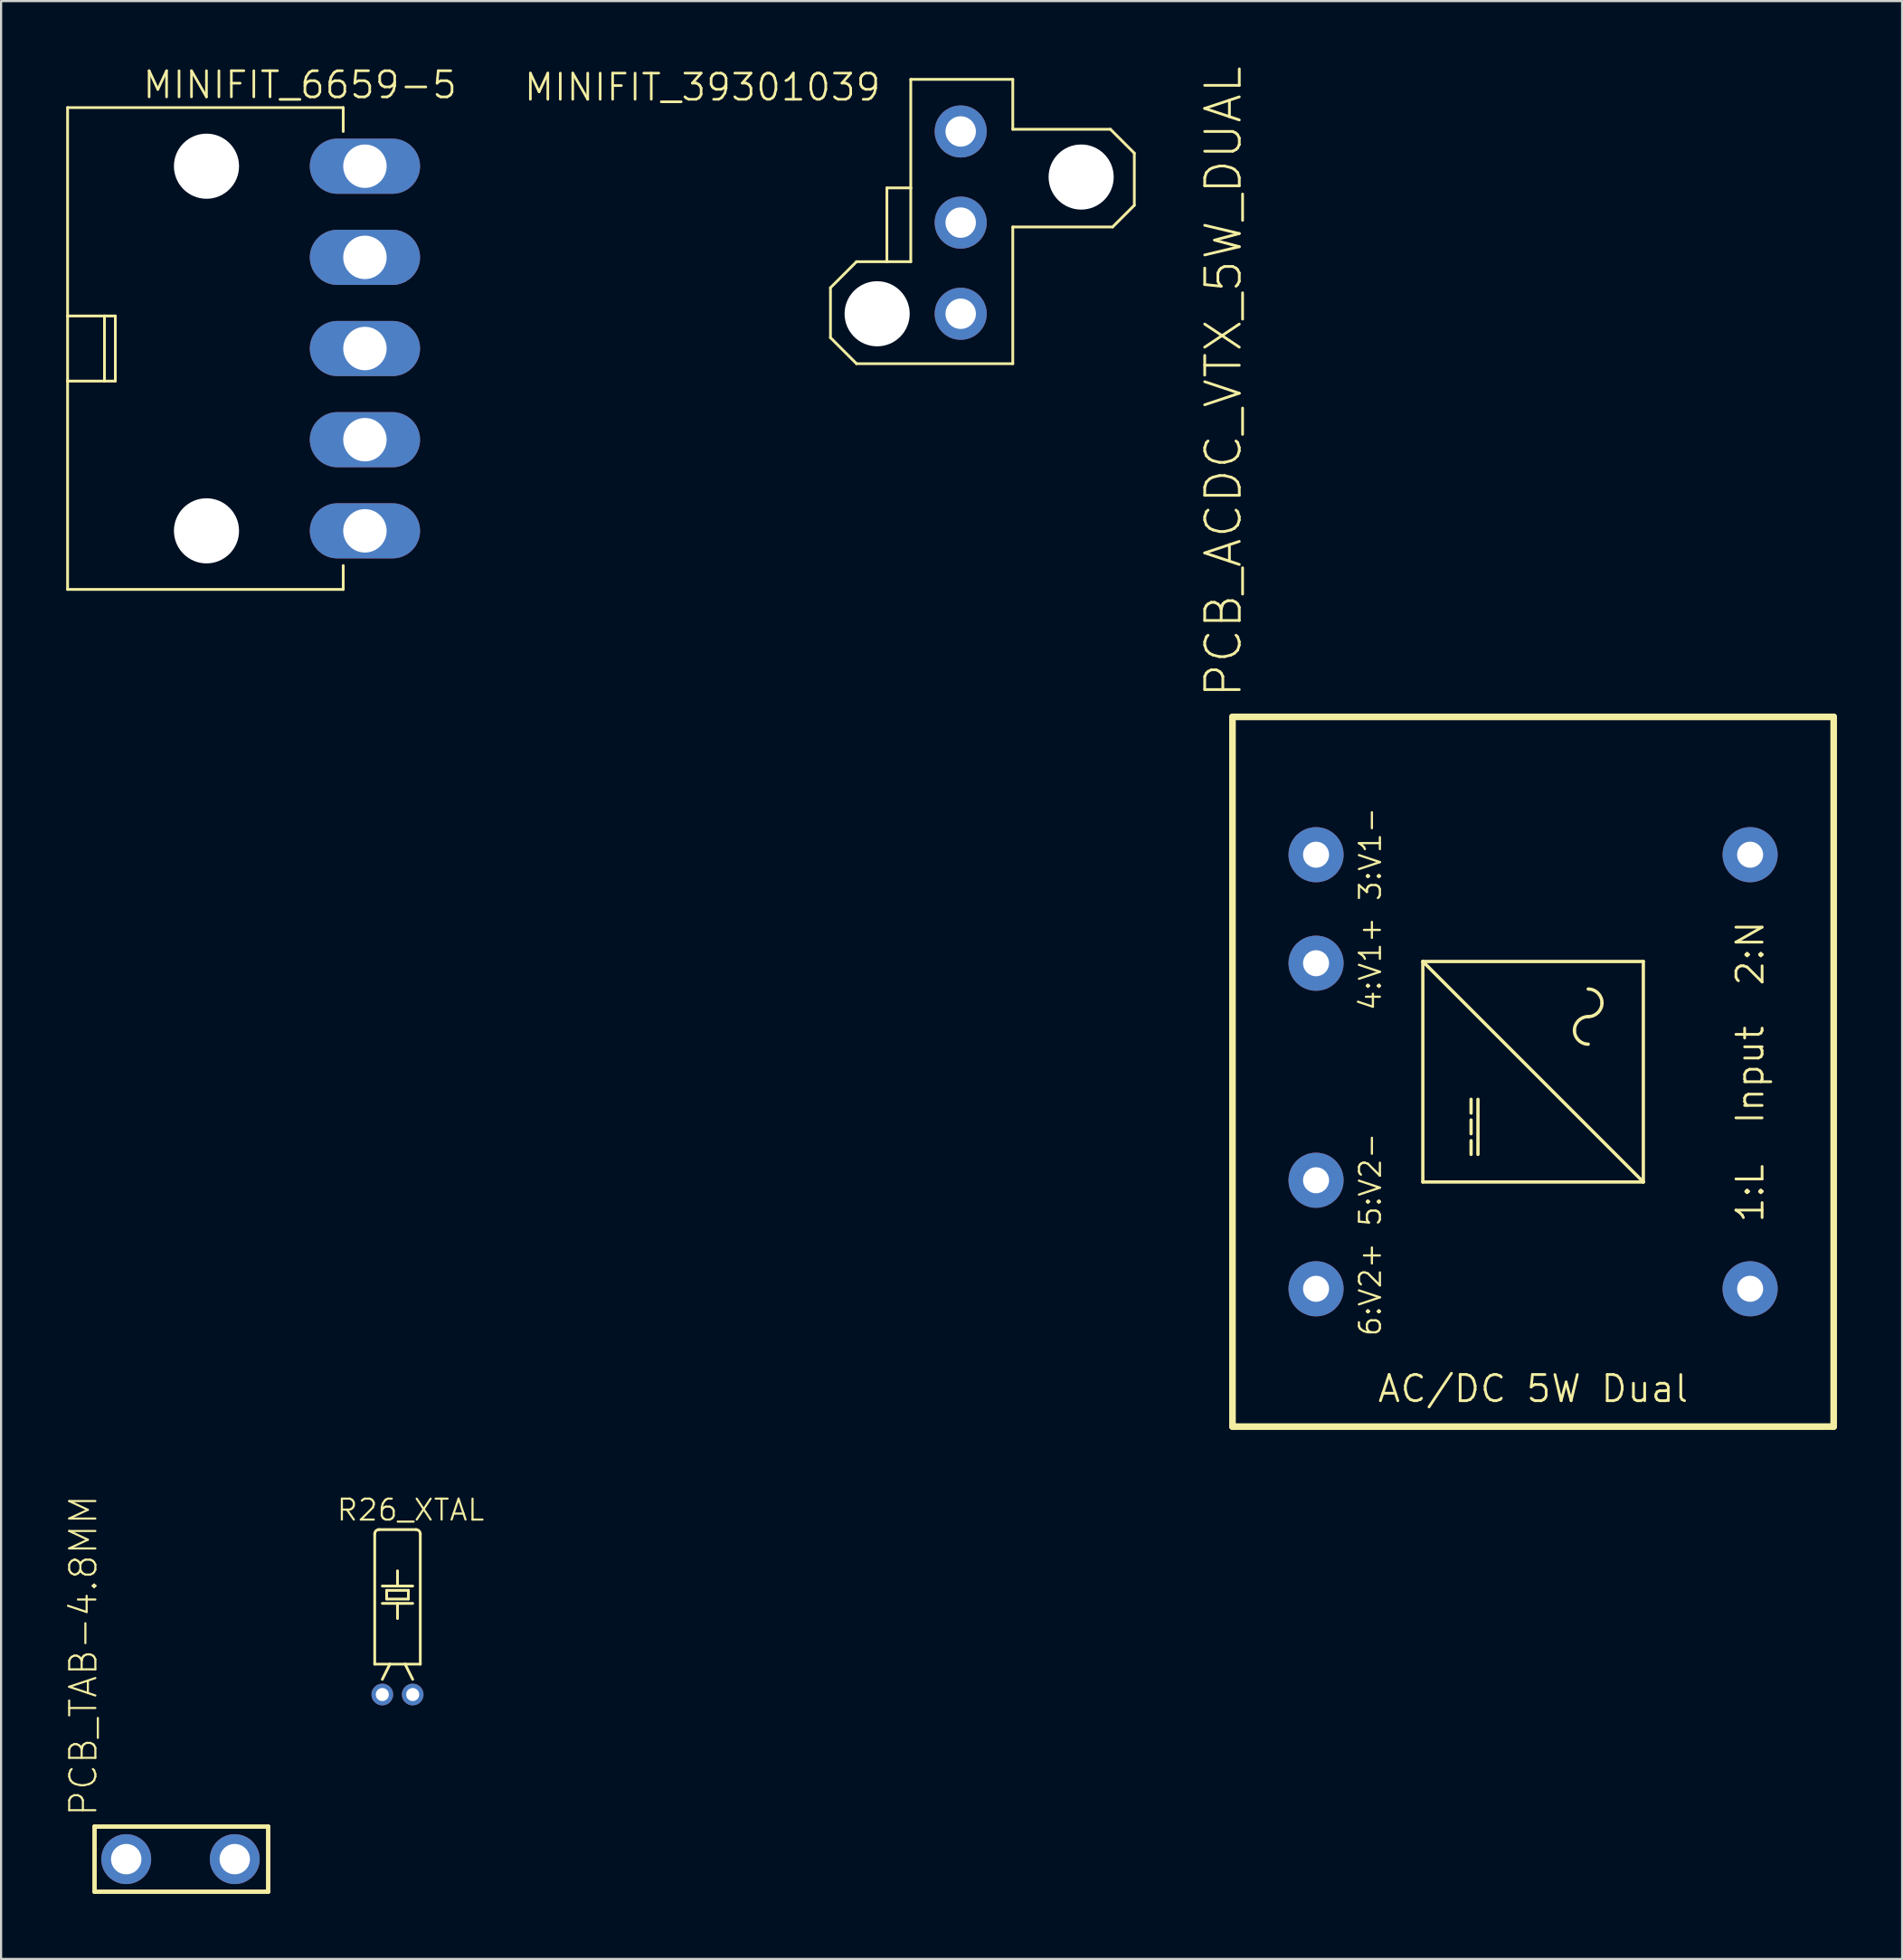
<source format=kicad_pcb>
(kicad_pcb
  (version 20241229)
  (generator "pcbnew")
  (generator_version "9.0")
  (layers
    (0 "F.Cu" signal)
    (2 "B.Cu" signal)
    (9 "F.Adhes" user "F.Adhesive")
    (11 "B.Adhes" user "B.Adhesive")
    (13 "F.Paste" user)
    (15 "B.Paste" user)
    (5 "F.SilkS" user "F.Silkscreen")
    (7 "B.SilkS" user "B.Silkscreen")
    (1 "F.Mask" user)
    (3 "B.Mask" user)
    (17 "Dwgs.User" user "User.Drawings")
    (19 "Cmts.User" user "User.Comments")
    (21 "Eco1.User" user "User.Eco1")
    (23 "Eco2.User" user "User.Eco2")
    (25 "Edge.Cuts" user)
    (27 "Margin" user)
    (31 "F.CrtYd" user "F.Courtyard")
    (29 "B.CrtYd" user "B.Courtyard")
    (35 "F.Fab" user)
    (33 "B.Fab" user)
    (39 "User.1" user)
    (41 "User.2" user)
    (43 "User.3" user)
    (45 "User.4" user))
  (footprint "MINIFIT_39301039"
    (layer "F.Cu")
    (at 41.214 7.207)
    (property "Reference" "MINIFIT_39301039" (at -3.61 -6.94 0) (layer "F.SilkS") (effects (font (size 1.206 1.206) (thickness 0.121)) (justify right top)))
    (attr through_hole)
    (fp_line (start -6 3) (end -4.8 1.8) (stroke (width 0.127) (type solid)) (layer "F.SilkS"))
    (fp_line (start -6 5.3) (end -6 3) (stroke (width 0.127) (type solid)) (layer "F.SilkS"))
    (fp_line (start -4.8 1.8) (end -3.4 1.8) (stroke (width 0.127) (type solid)) (layer "F.SilkS"))
    (fp_line (start -4.8 6.5) (end -6 5.3) (stroke (width 0.127) (type solid)) (layer "F.SilkS"))
    (fp_line (start -3.4 -1.6) (end -3.4 1.8) (stroke (width 0.127) (type solid)) (layer "F.SilkS"))
    (fp_line (start -3.4 1.8) (end -2.3 1.8) (stroke (width 0.127) (type solid)) (layer "F.SilkS"))
    (fp_line (start -2.3 -6.6) (end 2.4 -6.6) (stroke (width 0.127) (type solid)) (layer "F.SilkS"))
    (fp_line (start -2.3 -1.6) (end -3.4 -1.6) (stroke (width 0.127) (type solid)) (layer "F.SilkS"))
    (fp_line (start -2.3 -1.6) (end -2.3 -6.6) (stroke (width 0.127) (type solid)) (layer "F.SilkS"))
    (fp_line (start -2.3 1.8) (end -2.3 -1.6) (stroke (width 0.127) (type solid)) (layer "F.SilkS"))
    (fp_line (start 2.4 -6.6) (end 2.4 -4.3) (stroke (width 0.127) (type solid)) (layer "F.SilkS"))
    (fp_line (start 2.4 -4.3) (end 6.9 -4.3) (stroke (width 0.127) (type solid)) (layer "F.SilkS"))
    (fp_line (start 2.4 0.2) (end 2.4 6.5) (stroke (width 0.127) (type solid)) (layer "F.SilkS"))
    (fp_line (start 2.4 6.5) (end -4.8 6.5) (stroke (width 0.127) (type solid)) (layer "F.SilkS"))
    (fp_line (start 6.9 -4.3) (end 8 -3.2) (stroke (width 0.127) (type solid)) (layer "F.SilkS"))
    (fp_line (start 7 0.2) (end 2.4 0.2) (stroke (width 0.127) (type solid)) (layer "F.SilkS"))
    (fp_line (start 8 -3.2) (end 8 -0.8) (stroke (width 0.127) (type solid)) (layer "F.SilkS"))
    (fp_line (start 8 -0.8) (end 7 0.2) (stroke (width 0.127) (type solid)) (layer "F.SilkS"))
    (pad "" np_thru_hole circle (at -3.85 4.2) (size 3 3) (drill 3) (layers "*.Cu"))
    (pad "" np_thru_hole circle (at 5.55 -2.1) (size 3 3) (drill 3) (layers "*.Cu"))
    (pad "1" thru_hole circle (at 0 -4.2) (size 2.4 2.4) (drill 1.4) (layers "*.Cu" "*.Mask"))
    (pad "2" thru_hole circle (at 0 0) (size 2.4 2.4) (drill 1.4) (layers "*.Cu" "*.Mask"))
    (pad "3" thru_hole circle (at 0 4.2) (size 2.4 2.4) (drill 1.4) (layers "*.Cu" "*.Mask")))
  (footprint "MINIFIT_6659-5"
    (layer "F.Cu")
    (at 13.764 4.608)
    (property "Reference" "MINIFIT_6659-5" (at -10.31 -3.04 0) (layer "F.SilkS") (effects (font (size 1.206 1.206) (thickness 0.121)) (justify left bottom)))
    (attr through_hole)
    (fp_line (start -13.7 -2.7) (end -13.7 6.9) (stroke (width 0.127) (type solid)) (layer "F.SilkS"))
    (fp_line (start -13.7 6.9) (end -13.7 9.9) (stroke (width 0.127) (type solid)) (layer "F.SilkS"))
    (fp_line (start -13.7 9.9) (end -13.7 19.5) (stroke (width 0.127) (type solid)) (layer "F.SilkS"))
    (fp_line (start -13.7 19.5) (end -1 19.5) (stroke (width 0.127) (type solid)) (layer "F.SilkS"))
    (fp_line (start -12 6.9) (end -13.7 6.9) (stroke (width 0.127) (type solid)) (layer "F.SilkS"))
    (fp_line (start -12 6.9) (end -12 9.9) (stroke (width 0.127) (type solid)) (layer "F.SilkS"))
    (fp_line (start -12 9.9) (end -13.7 9.9) (stroke (width 0.127) (type solid)) (layer "F.SilkS"))
    (fp_line (start -11.5 6.9) (end -12 6.9) (stroke (width 0.127) (type solid)) (layer "F.SilkS"))
    (fp_line (start -11.5 6.9) (end -11.5 9.9) (stroke (width 0.127) (type solid)) (layer "F.SilkS"))
    (fp_line (start -11.5 9.9) (end -12 9.9) (stroke (width 0.127) (type solid)) (layer "F.SilkS"))
    (fp_line (start -1 -2.7) (end -13.7 -2.7) (stroke (width 0.127) (type solid)) (layer "F.SilkS"))
    (fp_line (start -1 -2.7) (end -1 -1.6) (stroke (width 0.127) (type solid)) (layer "F.SilkS"))
    (fp_line (start -1 19.5) (end -1 18.4) (stroke (width 0.127) (type solid)) (layer "F.SilkS"))
    (pad "" np_thru_hole circle (at -7.3 0) (size 3 3) (drill 3) (layers "*.Cu"))
    (pad "" np_thru_hole circle (at -7.3 16.8) (size 3 3) (drill 3) (layers "*.Cu"))
    (pad "1" thru_hole oval (at 0 16.8) (size 5.08 2.54) (drill 2) (layers "*.Cu" "*.Mask"))
    (pad "2" thru_hole oval (at 0 12.6) (size 5.08 2.54) (drill 2) (layers "*.Cu" "*.Mask"))
    (pad "3" thru_hole oval (at 0 8.4) (size 5.08 2.54) (drill 2) (layers "*.Cu" "*.Mask"))
    (pad "4" thru_hole oval (at 0 4.2) (size 5.08 2.54) (drill 2) (layers "*.Cu" "*.Mask"))
    (pad "5" thru_hole oval (at 0 0) (size 5.08 2.54) (drill 2) (layers "*.Cu" "*.Mask")))
  (footprint "PCB_TAB-4.8MM"
    (layer "F.Cu")
    (at 5.306 82.609)
    (property "Reference" "PCB_TAB-4.8MM" (at -3.81 -1.905 270) (layer "F.SilkS") (effects (font (size 1.206 1.206) (thickness 0.097)) (justify left bottom)))
    (attr through_hole)
    (fp_line (start -4 -1.5) (end -4 1.5) (stroke (width 0.203) (type solid)) (layer "F.SilkS"))
    (fp_line (start -4 1.5) (end 4 1.5) (stroke (width 0.203) (type solid)) (layer "F.SilkS"))
    (fp_line (start 4 -1.5) (end -4 -1.5) (stroke (width 0.203) (type solid)) (layer "F.SilkS"))
    (fp_line (start 4 1.5) (end 4 -1.5) (stroke (width 0.203) (type solid)) (layer "F.SilkS"))
    (pad "P$1" thru_hole circle (at -2.54 0 90) (size 2.3 2.3) (drill 1.4) (layers "*.Cu" "*.Mask"))
    (pad "P$2" thru_hole circle (at 2.46 0 90) (size 2.3 2.3) (drill 1.4) (layers "*.Cu" "*.Mask")))
  (footprint "PCB_ACDC_VTX_5W_DUAL"
    (layer "F.Cu")
    (at 67.587 46.33)
    (property "Reference" "PCB_ACDC_VTX_5W_DUAL" (at -13.335 -17.145 90) (layer "F.SilkS") (effects (font (size 1.593 1.593) (thickness 0.127)) (justify left bottom)))
    (attr through_hole)
    (fp_line (start -13.85 -16.35) (end -13.85 16.35) (stroke (width 0.305) (type solid)) (layer "F.SilkS"))
    (fp_line (start -13.85 16.35) (end 13.85 16.35) (stroke (width 0.305) (type solid)) (layer "F.SilkS"))
    (fp_line (start -5.08 -5.08) (end 5.08 -5.08) (stroke (width 0.152) (type solid)) (layer "F.SilkS"))
    (fp_line (start -5.08 5.08) (end -5.08 -5.08) (stroke (width 0.152) (type solid)) (layer "F.SilkS"))
    (fp_line (start -2.857 1.27) (end -2.857 1.905) (stroke (width 0.152) (type solid)) (layer "F.SilkS"))
    (fp_line (start -2.857 2.223) (end -2.857 2.857) (stroke (width 0.152) (type solid)) (layer "F.SilkS"))
    (fp_line (start -2.857 3.175) (end -2.857 3.81) (stroke (width 0.152) (type solid)) (layer "F.SilkS"))
    (fp_line (start -2.54 1.27) (end -2.54 3.81) (stroke (width 0.152) (type solid)) (layer "F.SilkS"))
    (fp_line (start 5.08 -5.08) (end 5.08 5.08) (stroke (width 0.152) (type solid)) (layer "F.SilkS"))
    (fp_line (start 5.08 5.08) (end -5.08 -5.08) (stroke (width 0.152) (type solid)) (layer "F.SilkS"))
    (fp_line (start 5.08 5.08) (end -5.08 5.08) (stroke (width 0.152) (type solid)) (layer "F.SilkS"))
    (fp_line (start 13.85 -16.35) (end -13.85 -16.35) (stroke (width 0.305) (type solid)) (layer "F.SilkS"))
    (fp_line (start 13.85 16.35) (end 13.85 -16.35) (stroke (width 0.305) (type solid)) (layer "F.SilkS"))
    (fp_arc (start 1.905 -1.905) (mid 2.090987 -2.354013) (end 2.54 -2.54) (stroke (width 0.1524) (type solid)) (layer "F.SilkS"))
    (fp_arc (start 2.54 -3.81) (mid 2.989013 -3.624013) (end 3.175 -3.175) (stroke (width 0.1524) (type solid)) (layer "F.SilkS"))
    (fp_arc (start 2.54 -1.27) (mid 2.090987 -1.455987) (end 1.905 -1.905) (stroke (width 0.1524) (type solid)) (layer "F.SilkS"))
    (fp_arc (start 3.175 -3.175) (mid 2.989013 -2.725987) (end 2.54 -2.54) (stroke (width 0.1524) (type solid)) (layer "F.SilkS"))
    (fp_text user "AC/DC 5W Dual" (at 0 14.605 0) (layer "F.SilkS") (effects (font (size 1.206 1.206) (thickness 0.127))))
    (fp_text user "4:V1+ 3:V1-" (at -7.5 -7.5 90) (layer "F.SilkS") (effects (font (size 0.965 0.965) (thickness 0.102))))
    (fp_text user "1:L  Input  2:N" (at 10 0 90) (layer "F.SilkS") (effects (font (size 1.206 1.206) (thickness 0.127))))
    (fp_text user "6:V2+ 5:V2-" (at -7.5 7.5 90) (layer "F.SilkS") (effects (font (size 0.965 0.965) (thickness 0.102))))
    (pad "1" thru_hole circle (at 10 10 180) (size 2.54 2.54) (drill 1.2) (layers "*.Cu" "*.Mask"))
    (pad "2" thru_hole circle (at 10 -10 180) (size 2.54 2.54) (drill 1.2) (layers "*.Cu" "*.Mask"))
    (pad "3" thru_hole circle (at -10 -10 180) (size 2.54 2.54) (drill 1.2) (layers "*.Cu" "*.Mask"))
    (pad "4" thru_hole circle (at -10 -5 180) (size 2.54 2.54) (drill 1.2) (layers "*.Cu" "*.Mask"))
    (pad "5" thru_hole circle (at -10 5 180) (size 2.54 2.54) (drill 1.2) (layers "*.Cu" "*.Mask"))
    (pad "6" thru_hole circle (at -10 10 180) (size 2.54 2.54) (drill 1.2) (layers "*.Cu" "*.Mask")))
  (footprint "R26_XTAL"
    (layer "F.Cu")
    (at 15.265 75.025)
    (property "Reference" "R26_XTAL" (at -2.857 -7.938 0) (layer "F.SilkS") (effects (font (size 0.965 0.965) (thickness 0.097)) (justify left bottom)))
    (attr through_hole)
    (fp_line (start -1.05 -1.4) (end -1.05 -7.4) (stroke (width 0.127) (type solid)) (layer "F.SilkS"))
    (fp_line (start -0.85 -7.6) (end 0.85 -7.6) (stroke (width 0.127) (type solid)) (layer "F.SilkS"))
    (fp_line (start -0.7 -5) (end 0 -5) (stroke (width 0.127) (type solid)) (layer "F.SilkS"))
    (fp_line (start -0.5 -4.8) (end 0.5 -4.8) (stroke (width 0.127) (type solid)) (layer "F.SilkS"))
    (fp_line (start -0.5 -4.4) (end -0.5 -4.8) (stroke (width 0.127) (type solid)) (layer "F.SilkS"))
    (fp_line (start -0.35 -1.4) (end -1.05 -1.4) (stroke (width 0.127) (type solid)) (layer "F.SilkS"))
    (fp_line (start -0.35 -1.4) (end -0.7 -0.7) (stroke (width 0.127) (type solid)) (layer "F.SilkS"))
    (fp_line (start 0 -5.7) (end 0 -5) (stroke (width 0.127) (type solid)) (layer "F.SilkS"))
    (fp_line (start 0 -5) (end 0.7 -5) (stroke (width 0.127) (type solid)) (layer "F.SilkS"))
    (fp_line (start 0 -4.2) (end -0.7 -4.2) (stroke (width 0.127) (type solid)) (layer "F.SilkS"))
    (fp_line (start 0 -3.5) (end 0 -4.2) (stroke (width 0.127) (type solid)) (layer "F.SilkS"))
    (fp_line (start 0.35 -1.4) (end -0.35 -1.4) (stroke (width 0.127) (type solid)) (layer "F.SilkS"))
    (fp_line (start 0.35 -1.4) (end 0.7 -0.7) (stroke (width 0.127) (type solid)) (layer "F.SilkS"))
    (fp_line (start 0.5 -4.8) (end 0.5 -4.4) (stroke (width 0.127) (type solid)) (layer "F.SilkS"))
    (fp_line (start 0.5 -4.4) (end -0.5 -4.4) (stroke (width 0.127) (type solid)) (layer "F.SilkS"))
    (fp_line (start 0.7 -4.2) (end 0 -4.2) (stroke (width 0.127) (type solid)) (layer "F.SilkS"))
    (fp_line (start 1.05 -7.4) (end 1.05 -1.4) (stroke (width 0.127) (type solid)) (layer "F.SilkS"))
    (fp_line (start 1.05 -1.4) (end 0.35 -1.4) (stroke (width 0.127) (type solid)) (layer "F.SilkS"))
    (fp_arc (start -1.05 -7.4) (mid -0.991421 -7.541421) (end -0.85 -7.6) (stroke (width 0.127) (type solid)) (layer "F.SilkS"))
    (fp_arc (start 0.85 -7.6) (mid 0.991421 -7.541421) (end 1.05 -7.4) (stroke (width 0.127) (type solid)) (layer "F.SilkS"))
    (pad "1" thru_hole circle (at -0.7 0 90) (size 1 1) (drill 0.6) (layers "*.Cu" "*.Mask"))
    (pad "2" thru_hole circle (at 0.7 0 90) (size 1 1) (drill 0.6) (layers "*.Cu" "*.Mask")))
  (gr_rect
    (start -3 -3)
    (end 84.59 87.21)
    (stroke (width 0.1) (type default))
    (fill no)
    (layer "Edge.Cuts")))
</source>
